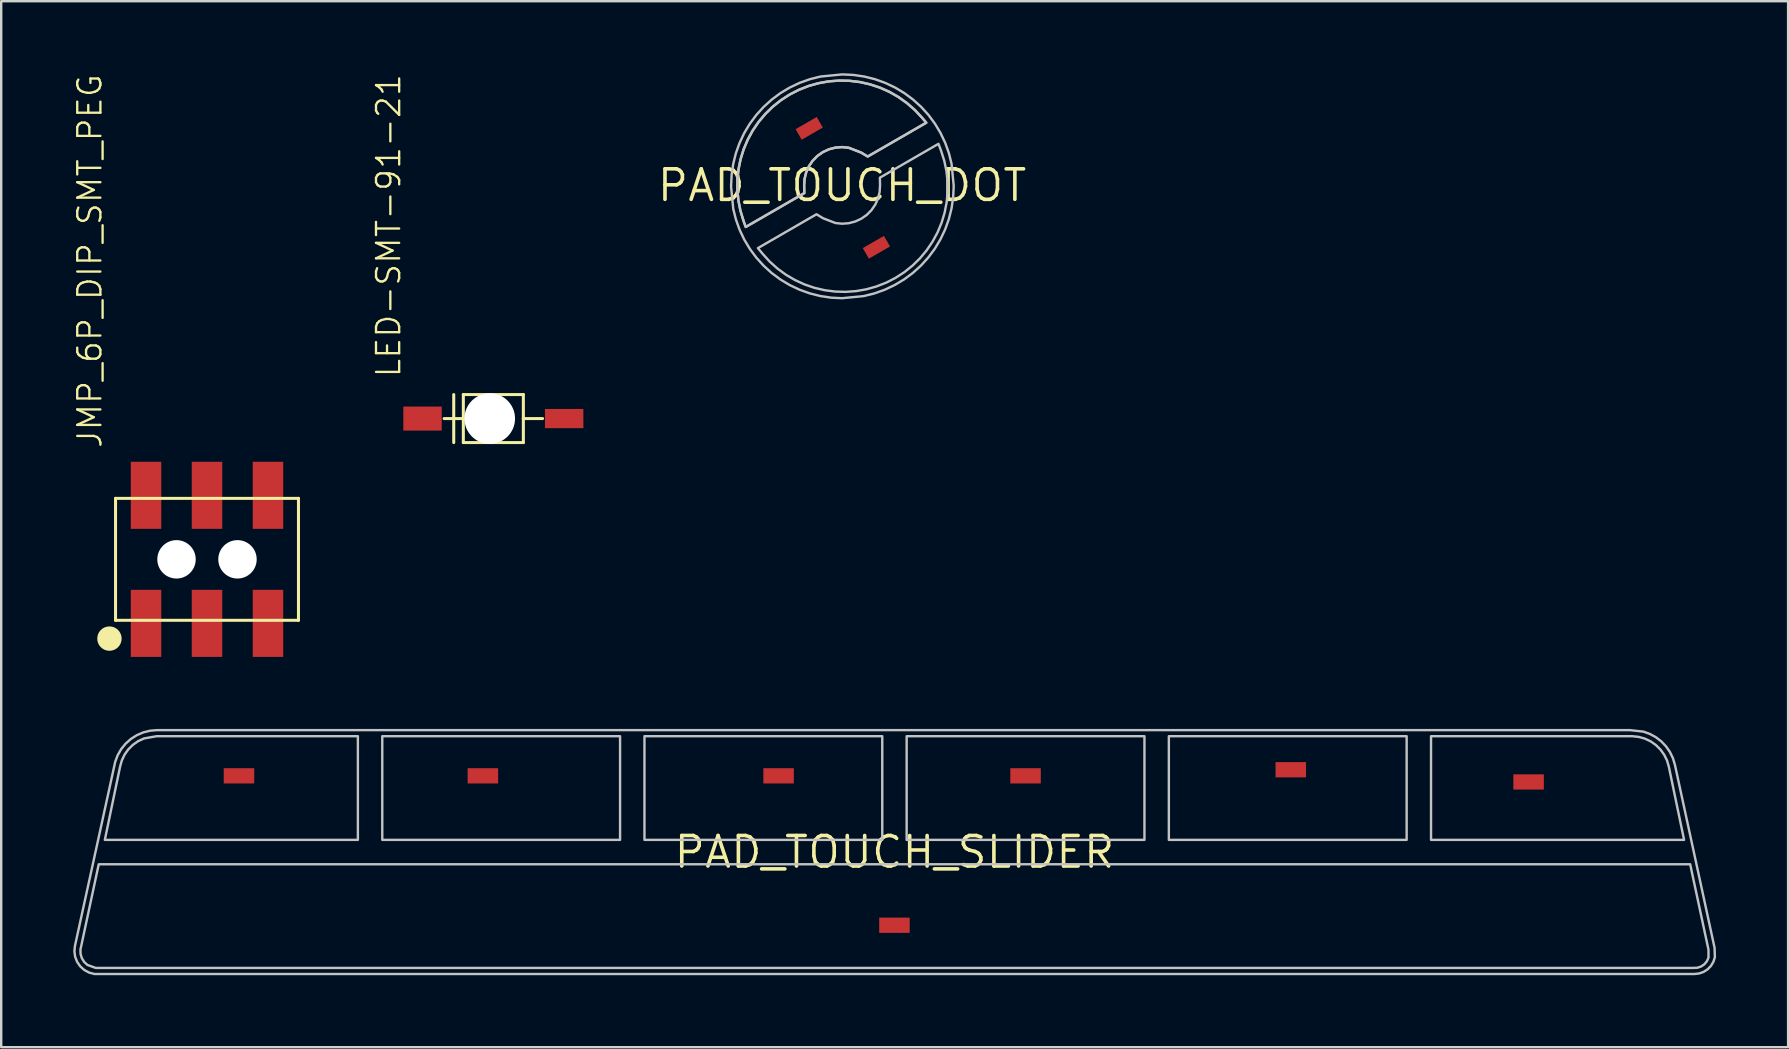
<source format=kicad_pcb>
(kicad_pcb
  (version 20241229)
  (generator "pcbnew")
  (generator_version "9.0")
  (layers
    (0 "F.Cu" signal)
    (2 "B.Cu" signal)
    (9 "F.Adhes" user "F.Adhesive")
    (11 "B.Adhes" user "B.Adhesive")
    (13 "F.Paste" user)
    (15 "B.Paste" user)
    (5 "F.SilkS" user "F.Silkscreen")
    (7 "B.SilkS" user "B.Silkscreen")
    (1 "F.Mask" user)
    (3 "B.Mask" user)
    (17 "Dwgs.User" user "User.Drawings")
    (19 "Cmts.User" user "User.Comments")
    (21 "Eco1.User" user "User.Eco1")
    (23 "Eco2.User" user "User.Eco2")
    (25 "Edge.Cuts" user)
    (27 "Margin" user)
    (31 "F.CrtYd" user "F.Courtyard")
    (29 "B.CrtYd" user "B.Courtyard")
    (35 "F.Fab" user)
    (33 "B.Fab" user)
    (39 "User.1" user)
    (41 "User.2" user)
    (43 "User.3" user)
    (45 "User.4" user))
  (footprint "JMP_6P_DIP_SMT_PEG"
    (layer "F.Cu")
    (at 5.573 20.25)
    (property "Reference" "JMP_6P_DIP_SMT_PEG" (at -4.318 -4.572 90) (layer "F.SilkS") (effects (font (size 0.965 0.965) (thickness 0.097)) (justify left bottom)))
    (attr through_hole)
    (fp_line (start -3.81 -2.54) (end -3.81 2.54) (stroke (width 0.127) (type solid)) (layer "F.SilkS"))
    (fp_line (start -3.81 2.54) (end 3.81 2.54) (stroke (width 0.127) (type solid)) (layer "F.SilkS"))
    (fp_line (start 3.81 -2.54) (end -3.81 -2.54) (stroke (width 0.127) (type solid)) (layer "F.SilkS"))
    (fp_line (start 3.81 2.54) (end 3.81 -2.54) (stroke (width 0.127) (type solid)) (layer "F.SilkS"))
    (fp_circle (center -4.064 3.302) (end -3.81 3.302) (stroke (width 0.508) (type solid)) (fill no) (layer "F.SilkS"))
    (pad "" np_thru_hole circle (at -1.27 0) (size 1.6 1.6) (drill 1.6) (layers "*.Cu"))
    (pad "" np_thru_hole circle (at 1.27 0) (size 1.6 1.6) (drill 1.6) (layers "*.Cu"))
    (pad "1" smd rect (at -2.54 2.667) (size 1.27 2.794) (layers "F.Cu" "F.Mask" "F.Paste"))
    (pad "2" smd rect (at -2.54 -2.667) (size 1.27 2.794) (layers "F.Cu" "F.Mask" "F.Paste"))
    (pad "3" smd rect (at 0 2.667) (size 1.27 2.794) (layers "F.Cu" "F.Mask" "F.Paste"))
    (pad "4" smd rect (at 0 -2.667) (size 1.27 2.794) (layers "F.Cu" "F.Mask" "F.Paste"))
    (pad "5" smd rect (at 2.54 2.667) (size 1.27 2.794) (layers "F.Cu" "F.Mask" "F.Paste"))
    (pad "6" smd rect (at 2.54 -2.667) (size 1.27 2.794) (layers "F.Cu" "F.Mask" "F.Paste")))
  (footprint "LED-SMT-91-21"
    (layer "F.Cu")
    (at 17.351 14.386)
    (property "Reference" "LED-SMT-91-21" (at -3.65 -1.65 90) (layer "F.SilkS") (effects (font (size 0.965 0.965) (thickness 0.097)) (justify left bottom)))
    (attr through_hole)
    (fp_line (start -1.9 0) (end -1.1 0) (stroke (width 0.127) (type solid)) (layer "F.SilkS"))
    (fp_line (start -1.5 -1) (end -1.5 1) (stroke (width 0.127) (type solid)) (layer "F.SilkS"))
    (fp_line (start -1.1 -1) (end 1.4 -1) (stroke (width 0.127) (type solid)) (layer "F.SilkS"))
    (fp_line (start -1.1 0) (end -1.1 -1) (stroke (width 0.127) (type solid)) (layer "F.SilkS"))
    (fp_line (start -1.1 1) (end -1.1 0) (stroke (width 0.127) (type solid)) (layer "F.SilkS"))
    (fp_line (start 1.4 -1) (end 1.4 0) (stroke (width 0.127) (type solid)) (layer "F.SilkS"))
    (fp_line (start 1.4 0) (end 1.4 1) (stroke (width 0.127) (type solid)) (layer "F.SilkS"))
    (fp_line (start 1.4 0) (end 2.2 0) (stroke (width 0.127) (type solid)) (layer "F.SilkS"))
    (fp_line (start 1.4 1) (end -1.1 1) (stroke (width 0.127) (type solid)) (layer "F.SilkS"))
    (pad "" np_thru_hole circle (at 0 0) (size 2.108 2.108) (drill 2.108) (layers "*.Cu"))
    (pad "P$1" smd rect (at -2.8 0 90) (size 1 1.6) (layers "F.Cu" "F.Mask" "F.Paste"))
    (pad "P$2" smd rect (at 3.1 0 90) (size 0.8 1.6) (layers "F.Cu" "F.Mask" "F.Paste")))
  (footprint "PAD_TOUCH_SLIDER"
    (layer "F.Cu")
    (at 34.21 32.444)
    (property "Reference" "PAD_TOUCH_SLIDER" (at 0 0 0) (layer "F.SilkS") (effects (font (size 1.27 1.27) (thickness 0.15))))
    (attr through_hole)
    (fp_poly (pts (xy -21.463 -0.381) (xy -21.463 -4.953) (xy -11.303 -4.953) (xy -11.303 -0.381)) (stroke (width 0) (type solid)) (fill yes) (layer "F.Mask"))
    (fp_poly (pts (xy -10.541 -4.953) (xy -0.381 -4.953) (xy -0.381 -0.381) (xy -10.541 -0.381)) (stroke (width 0) (type solid)) (fill yes) (layer "F.Mask"))
    (fp_poly (pts (xy 0.381 -4.953) (xy 10.541 -4.953) (xy 10.541 -0.381) (xy 0.381 -0.381)) (stroke (width 0) (type solid)) (fill yes) (layer "F.Mask"))
    (fp_poly (pts (xy 11.303 -4.953) (xy 21.463 -4.953) (xy 21.463 -0.381) (xy 11.303 -0.381)) (stroke (width 0) (type solid)) (fill yes) (layer "F.Mask"))
    (fp_poly (pts (xy 22.225 -4.953) (xy 30.734 -4.953) (xy 31.025 -4.923) (xy 31.306 -4.844) (xy 31.57 -4.718) (xy 31.809 -4.549) (xy 32.015 -4.342) (xy 32.183 -4.103) (xy 32.385 -3.556) (xy 33.02 -0.508) (xy 32.893 -0.381) (xy 22.225 -0.381)) (stroke (width 0) (type solid)) (fill yes) (layer "F.Mask"))
    (fp_poly (pts (xy -33.02 -0.508) (xy -32.893 -0.381) (xy -22.225 -0.381) (xy -22.225 -4.953) (xy -30.734 -4.953) (xy -31.005 -4.952) (xy -31.273 -4.904) (xy -31.528 -4.811) (xy -31.764 -4.676) (xy -31.973 -4.503) (xy -32.149 -4.297) (xy -32.288 -4.064) (xy -32.385 -3.81)) (stroke (width 0) (type solid)) (fill yes) (layer "F.Mask"))
    (fp_poly (pts (xy 33.274 0.508) (xy 33.147 0.381) (xy -33.147 0.381) (xy -33.274 0.508) (xy -34.036 4.064) (xy -34.036 4.064) (xy -34.03 4.282) (xy -33.966 4.491) (xy -33.848 4.674) (xy -33.685 4.819) (xy -33.274 4.953) (xy 33.274 4.953) (xy 33.454 4.96) (xy 33.629 4.918) (xy 33.786 4.83) (xy 33.913 4.703) (xy 34.001 4.546) (xy 34.036 4.191)) (stroke (width 0) (type solid)) (fill yes) (layer "F.Mask"))
    (fp_poly (pts (xy -21.336 -0.508) (xy -21.336 -4.826) (xy -11.43 -4.826) (xy -11.43 -0.508)) (stroke (width 0.1) (type solid)) (fill no) (layer "Dwgs.User"))
    (fp_poly (pts (xy -10.414 -0.508) (xy -10.414 -4.826) (xy -0.508 -4.826) (xy -0.508 -0.508)) (stroke (width 0.1) (type solid)) (fill no) (layer "Dwgs.User"))
    (fp_poly (pts (xy 0.508 -4.826) (xy 0.508 -0.508) (xy 10.414 -0.508) (xy 10.414 -4.826)) (stroke (width 0.1) (type solid)) (fill no) (layer "Dwgs.User"))
    (fp_poly (pts (xy 11.43 -0.508) (xy 11.43 -4.826) (xy 21.336 -4.826) (xy 21.336 -0.508)) (stroke (width 0.1) (type solid)) (fill no) (layer "Dwgs.User"))
    (fp_poly (pts (xy -32.893 -0.508) (xy -32.258 -3.556) (xy -32.186 -3.815) (xy -32.071 -4.058) (xy -31.916 -4.277) (xy -31.725 -4.466) (xy -31.505 -4.62) (xy -31.261 -4.733) (xy -30.734 -4.826) (xy -22.352 -4.826) (xy -22.352 -0.508)) (stroke (width 0.1) (type solid)) (fill no) (layer "Dwgs.User"))
    (fp_poly (pts (xy 22.352 -0.508) (xy 22.352 -4.826) (xy 30.734 -4.826) (xy 31 -4.798) (xy 31.258 -4.726) (xy 31.5 -4.612) (xy 31.719 -4.458) (xy 31.909 -4.27) (xy 32.065 -4.053) (xy 32.183 -3.813) (xy 32.258 -3.556) (xy 32.893 -0.508)) (stroke (width 0.1) (type solid)) (fill no) (layer "Dwgs.User"))
    (fp_poly (pts (xy -33.274 4.826) (xy 33.274 4.826) (xy 33.274 4.826) (xy 33.441 4.82) (xy 33.599 4.769) (xy 33.738 4.675) (xy 33.844 4.547) (xy 33.911 4.394) (xy 33.909 4.064) (xy 33.147 0.508) (xy -33.147 0.508) (xy -33.909 4.064) (xy -33.909 4.064) (xy -33.903 4.248) (xy -33.85 4.423) (xy -33.752 4.579) (xy -33.617 4.703)) (stroke (width 0.1) (type solid)) (fill no) (layer "Dwgs.User"))
    (fp_poly (pts (xy 32.817 5.08) (xy 33.325 5.08) (xy 33.325 5.08) (xy 33.522 5.057) (xy 33.709 4.991) (xy 33.875 4.883) (xy 34.013 4.741) (xy 34.115 4.57) (xy 34.176 4.382) (xy 34.163 3.988) (xy 32.512 -3.632) (xy 32.512 -3.632) (xy 32.43 -3.906) (xy 32.306 -4.164) (xy 32.144 -4.4) (xy 31.947 -4.608) (xy 31.72 -4.783) (xy 31.469 -4.92) (xy 31.2 -5.017) (xy 30.632 -5.08) (xy -30.658 -5.08) (xy -30.683 -5.08) (xy -30.709 -5.08) (xy -30.709 -5.08) (xy -31.002 -5.056) (xy -31.287 -4.986) (xy -31.558 -4.87) (xy -31.806 -4.713) (xy -32.026 -4.517) (xy -32.211 -4.289) (xy -32.358 -4.034) (xy -32.461 -3.759) (xy -34.138 3.912) (xy -34.138 3.912) (xy -34.16 4.138) (xy -34.129 4.364) (xy -34.046 4.576) (xy -33.916 4.763) (xy -33.746 4.914) (xy -33.545 5.022) (xy -33.325 5.08) (xy 32.893 5.08)) (stroke (width 0.1) (type solid)) (fill no) (layer "Dwgs.User"))
    (pad "P$1" smd rect (at 0 3.048) (size 1.27 0.635) (layers "F.Cu" "F.Mask"))
    (pad "P$2" smd rect (at -27.305 -3.175) (size 1.27 0.635) (layers "F.Cu" "F.Mask"))
    (pad "P$3" smd rect (at -17.145 -3.175) (size 1.27 0.635) (layers "F.Cu" "F.Mask"))
    (pad "P$4" smd rect (at -4.826 -3.175) (size 1.27 0.635) (layers "F.Cu" "F.Mask"))
    (pad "P$5" smd rect (at 5.461 -3.175) (size 1.27 0.635) (layers "F.Cu" "F.Mask"))
    (pad "P$6" smd rect (at 16.51 -3.429) (size 1.27 0.635) (layers "F.Cu" "F.Mask"))
    (pad "P$7" smd rect (at 26.416 -2.921) (size 1.27 0.635) (layers "F.Cu" "F.Mask")))
  (footprint "PAD_TOUCH_DOT"
    (layer "F.Cu")
    (at 32.029 4.673)
    (property "Reference" "PAD_TOUCH_DOT" (at 0 0 0) (layer "F.SilkS") (effects (font (size 1.27 1.27) (thickness 0.15))))
    (attr through_hole)
    (fp_poly (pts (xy 3.703 -2.578) (xy 3.421 -2.914) (xy 3.421 -2.914) (xy 3.128 -3.231) (xy 2.805 -3.518) (xy 2.457 -3.773) (xy 2.085 -3.994) (xy 1.694 -4.177) (xy 1.288 -4.323) (xy 0.869 -4.428) (xy 0.442 -4.493) (xy 0.01 -4.516) (xy -0.421 -4.498) (xy -0.849 -4.438) (xy -1.269 -4.338) (xy -1.678 -4.197) (xy -2.071 -4.018) (xy -2.445 -3.802) (xy -2.796 -3.552) (xy -3.122 -3.268) (xy -3.419 -2.954) (xy -3.685 -2.614) (xy -3.916 -2.249) (xy -4.112 -1.864) (xy -4.269 -1.462) (xy -4.387 -1.046) (xy -4.465 -0.621) (xy -4.501 -0.191) (xy -4.496 0.241) (xy -4.449 0.67) (xy -4.234 1.506) (xy -4.084 1.918)) (stroke (width 0) (type solid)) (fill yes) (layer "F.Mask"))
    (fp_poly (pts (xy 4.084 -1.918) (xy 4.234 -1.506) (xy 4.234 -1.506) (xy 4.362 -1.093) (xy 4.449 -0.67) (xy 4.496 -0.241) (xy 4.501 0.191) (xy 4.465 0.621) (xy 4.387 1.046) (xy 4.269 1.462) (xy 4.112 1.864) (xy 3.916 2.249) (xy 3.685 2.614) (xy 3.419 2.954) (xy 3.122 3.268) (xy 2.796 3.552) (xy 2.445 3.802) (xy 2.071 4.018) (xy 1.678 4.197) (xy 1.269 4.338) (xy 0.849 4.438) (xy 0.421 4.498) (xy -0.01 4.516) (xy -0.442 4.493) (xy -0.869 4.428) (xy -1.288 4.323) (xy -1.694 4.177) (xy -2.085 3.994) (xy -2.457 3.773) (xy -2.805 3.518) (xy -3.421 2.914) (xy -3.703 2.578)) (stroke (width 0) (type solid)) (fill yes) (layer "F.Mask"))
    (fp_poly (pts (xy 4.015 -1.732) (xy 1.574 -0.322) (xy 1.581 -0.004) (xy 1.581 -0.004) (xy 1.563 0.274) (xy 1.496 0.545) (xy 1.382 0.799) (xy 1.224 1.029) (xy 1.029 1.227) (xy 0.801 1.387) (xy 0.548 1.504) (xy 0.278 1.575) (xy 0.001 1.596) (xy -0.276 1.568) (xy -0.794 1.368) (xy -1.066 1.202) (xy -3.507 2.612) (xy -3.311 2.85) (xy -3.017 3.173) (xy -2.692 3.465) (xy -2.339 3.722) (xy -1.962 3.943) (xy -1.566 4.125) (xy -1.152 4.267) (xy -0.727 4.366) (xy -0.294 4.422) (xy 0.143 4.435) (xy 0.578 4.404) (xy 1.008 4.329) (xy 1.429 4.211) (xy 1.836 4.052) (xy 2.224 3.853) (xy 2.591 3.616) (xy 2.932 3.343) (xy 3.245 3.038) (xy 3.524 2.703) (xy 3.769 2.341) (xy 3.977 1.957) (xy 4.145 1.554) (xy 4.271 1.136) (xy 4.355 0.707) (xy 4.396 0.272) (xy 4.393 -0.165) (xy 4.346 -0.599) (xy 4.256 -1.026) (xy 4.124 -1.442)) (stroke (width 0.1) (type solid)) (fill no) (layer "Dwgs.User"))
    (fp_poly (pts (xy 3.507 -2.612) (xy 3.324 -2.828) (xy 3.324 -2.828) (xy 3.027 -3.144) (xy 2.701 -3.429) (xy 2.348 -3.681) (xy 1.972 -3.896) (xy 1.576 -4.073) (xy 1.165 -4.209) (xy 0.743 -4.305) (xy 0.313 -4.357) (xy -0.121 -4.367) (xy -0.553 -4.334) (xy -0.979 -4.258) (xy -1.396 -4.141) (xy -1.799 -3.982) (xy -2.185 -3.784) (xy -2.549 -3.549) (xy -2.888 -3.279) (xy -3.198 -2.977) (xy -3.477 -2.646) (xy -3.722 -2.288) (xy -3.93 -1.908) (xy -4.099 -1.509) (xy -4.228 -1.095) (xy -4.315 -0.671) (xy -4.36 -0.24) (xy -4.362 0.193) (xy -4.32 0.625) (xy -4.237 1.05) (xy -4.111 1.464) (xy -4.015 1.732) (xy -1.574 0.322) (xy -1.581 0.004) (xy -1.581 0.004) (xy -1.563 -0.274) (xy -1.496 -0.545) (xy -1.382 -0.799) (xy -1.224 -1.029) (xy -1.029 -1.227) (xy -0.801 -1.387) (xy -0.548 -1.504) (xy -0.278 -1.575) (xy -0.001 -1.596) (xy 0.276 -1.568) (xy 0.794 -1.368) (xy 1.066 -1.202)) (stroke (width 0.1) (type solid)) (fill no) (layer "Dwgs.User"))
    (fp_poly (pts (xy 3.507 -2.612) (xy 3.324 -2.828) (xy 3.324 -2.828) (xy 3.027 -3.144) (xy 2.701 -3.429) (xy 2.348 -3.681) (xy 1.972 -3.896) (xy 1.576 -4.073) (xy 1.165 -4.209) (xy 0.743 -4.305) (xy 0.313 -4.357) (xy -0.121 -4.367) (xy -0.553 -4.334) (xy -0.979 -4.258) (xy -1.396 -4.141) (xy -1.799 -3.982) (xy -2.185 -3.784) (xy -2.549 -3.549) (xy -2.888 -3.279) (xy -3.198 -2.977) (xy -3.477 -2.646) (xy -3.722 -2.288) (xy -3.93 -1.908) (xy -4.099 -1.509) (xy -4.228 -1.095) (xy -4.315 -0.671) (xy -4.36 -0.24) (xy -4.362 0.193) (xy -4.32 0.625) (xy -4.237 1.05) (xy -4.111 1.464) (xy -4.015 1.732) (xy -1.574 0.322) (xy -1.581 0.004) (xy -1.581 0.004) (xy -1.563 -0.274) (xy -1.496 -0.545) (xy -1.382 -0.799) (xy -1.224 -1.029) (xy -1.029 -1.227) (xy -0.801 -1.387) (xy -0.548 -1.504) (xy -0.278 -1.575) (xy -0.001 -1.596) (xy 0.276 -1.568) (xy 0.794 -1.368) (xy 1.066 -1.202)) (stroke (width 0.1) (type solid)) (fill no) (layer "Dwgs.User"))
    (fp_poly (pts (xy 4.648 0) (xy 4.648 0.051) (xy 4.648 0.051) (xy 4.626 0.506) (xy 4.559 0.958) (xy 4.448 1.4) (xy 4.294 1.83) (xy 4.099 2.242) (xy 3.865 2.633) (xy 3.593 3) (xy 3.287 3.338) (xy 2.949 3.644) (xy 2.582 3.916) (xy 2.191 4.15) (xy 1.779 4.345) (xy 1.349 4.499) (xy 0.907 4.61) (xy 0 4.699) (xy 0.000001 4.699) (xy -0.453 4.677) (xy -0.902 4.61) (xy -1.342 4.5) (xy -1.769 4.347) (xy -2.179 4.153) (xy -2.568 3.92) (xy -2.933 3.65) (xy -3.269 3.345) (xy -3.573 3.009) (xy -3.844 2.644) (xy -4.077 2.255) (xy -4.271 1.845) (xy -4.424 1.418) (xy -4.534 0.978) (xy -4.623 0.076) (xy -4.623 0) (xy -4.601 -0.453) (xy -4.534 -0.902) (xy -4.424 -1.342) (xy -4.271 -1.769) (xy -4.077 -2.179) (xy -3.844 -2.568) (xy -3.573 -2.933) (xy -3.269 -3.269) (xy -2.933 -3.573) (xy -2.568 -3.844) (xy -2.179 -4.077) (xy -1.769 -4.271) (xy -1.342 -4.424) (xy -0.902 -4.534) (xy 0 -4.623) (xy 0.025 -4.623) (xy 0.025 -4.623) (xy 0.479 -4.601) (xy 0.927 -4.534) (xy 1.367 -4.424) (xy 1.794 -4.271) (xy 2.205 -4.077) (xy 2.594 -3.844) (xy 2.958 -3.573) (xy 3.294 -3.269) (xy 3.599 -2.933) (xy 3.869 -2.568) (xy 4.102 -2.179) (xy 4.296 -1.769) (xy 4.449 -1.342) (xy 4.559 -0.902)) (stroke (width 0.1) (type solid)) (fill no) (layer "Dwgs.User"))
    (pad "P$1" smd rect (at -1.371 -2.376 30) (size 1.016 0.508) (layers "F.Cu" "F.Mask"))
    (pad "P$2" smd rect (at 1.429 2.577 30) (size 1.016 0.508) (layers "F.Cu" "F.Mask")))
  (gr_rect
    (start -3 -3)
    (end 71.436 40.574)
    (stroke (width 0.1) (type default))
    (fill no)
    (layer "Edge.Cuts")))
</source>
